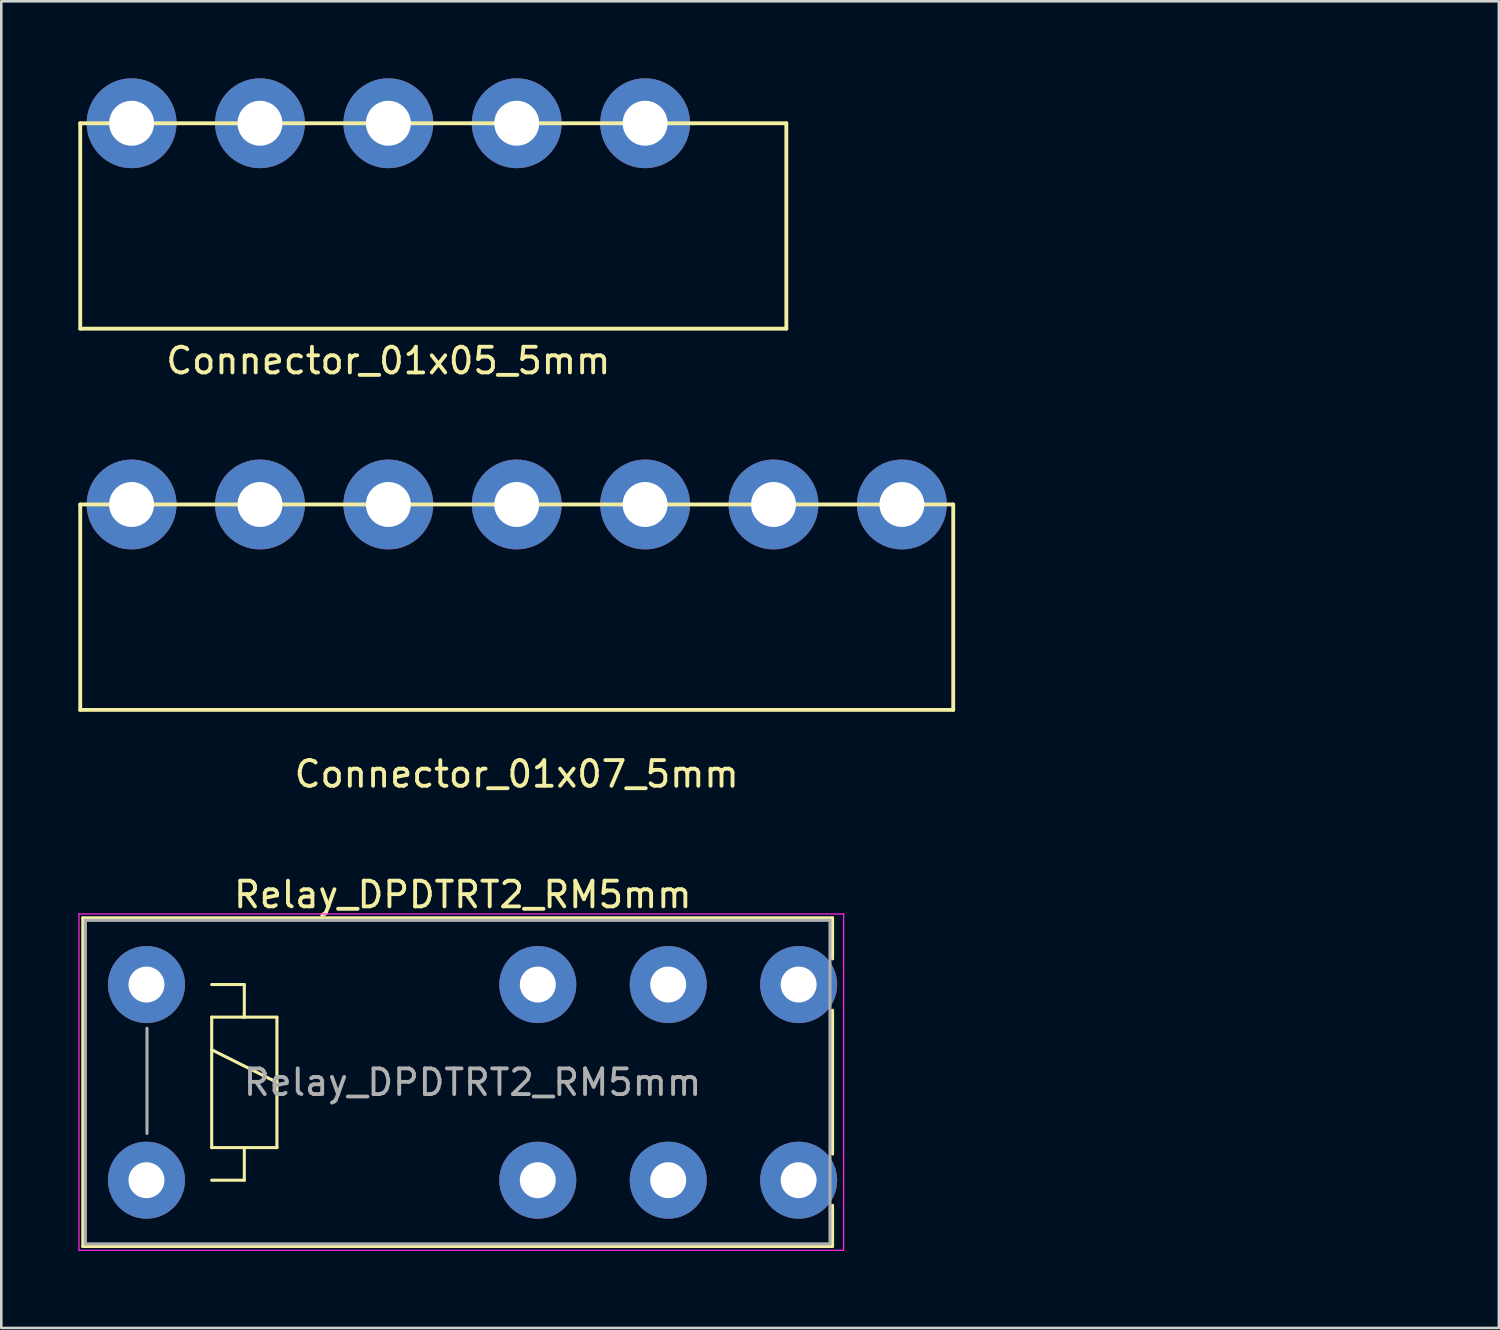
<source format=kicad_pcb>
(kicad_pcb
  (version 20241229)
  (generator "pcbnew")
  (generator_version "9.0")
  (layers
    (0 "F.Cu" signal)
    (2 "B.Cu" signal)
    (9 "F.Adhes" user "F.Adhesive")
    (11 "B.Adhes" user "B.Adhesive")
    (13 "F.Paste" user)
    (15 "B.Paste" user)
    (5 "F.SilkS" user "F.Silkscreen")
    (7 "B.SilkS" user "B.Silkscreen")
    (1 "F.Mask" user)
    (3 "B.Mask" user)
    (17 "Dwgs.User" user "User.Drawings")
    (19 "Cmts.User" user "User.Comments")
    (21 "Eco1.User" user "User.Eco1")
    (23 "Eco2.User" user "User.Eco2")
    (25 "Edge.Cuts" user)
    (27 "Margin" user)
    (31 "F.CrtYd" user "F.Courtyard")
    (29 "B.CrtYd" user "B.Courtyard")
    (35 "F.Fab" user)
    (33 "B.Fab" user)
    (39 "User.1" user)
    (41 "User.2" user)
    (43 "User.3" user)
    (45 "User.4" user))
  (footprint "Connector_01x05_5mm"
    (layer "F.Cu")
    (at 22.075 1.75)
    (property "Reference" "Connector_01x05_5mm" (at -10 9.25 0) (layer "F.SilkS") (effects (font (size 1 1) (thickness 0.15))))
    (attr through_hole)
    (fp_line (start -22 8) (end -22 0) (stroke (width 0.15) (type solid)) (layer "F.SilkS"))
    (fp_line (start -22 8) (end 5.5 8) (stroke (width 0.15) (type solid)) (layer "F.SilkS"))
    (fp_line (start 5.5 0) (end -22 0) (stroke (width 0.15) (type solid)) (layer "F.SilkS"))
    (fp_line (start 5.5 8) (end 5.5 0) (stroke (width 0.15) (type solid)) (layer "F.SilkS"))
    (pad "1" thru_hole circle (at 0 0 180) (size 3.5 3.5) (drill 1.75) (layers "B.Cu" "B.Mask"))
    (pad "2" thru_hole circle (at -5 0 180) (size 3.5 3.5) (drill 1.75) (layers "B.Cu" "B.Mask"))
    (pad "3" thru_hole circle (at -10 0 180) (size 3.5 3.5) (drill 1.75) (layers "B.Cu" "B.Mask"))
    (pad "4" thru_hole circle (at -15 0 180) (size 3.5 3.5) (drill 1.75) (layers "B.Cu" "B.Mask"))
    (pad "5" thru_hole circle (at -20 0 180) (size 3.5 3.5) (drill 1.75) (layers "B.Cu" "B.Mask")))
  (footprint "Connector_01x07_5mm"
    (layer "F.Cu")
    (at 52.075 16.598)
    (property "Reference" "Connector_01x07_5mm" (at -35 10.5 0) (layer "F.SilkS") (effects (font (size 1 1) (thickness 0.15))))
    (attr through_hole)
    (fp_line (start -52 8) (end -52 0) (stroke (width 0.15) (type solid)) (layer "F.SilkS"))
    (fp_line (start -52 8) (end -18 8) (stroke (width 0.15) (type solid)) (layer "F.SilkS"))
    (fp_line (start -18 0) (end -52 0) (stroke (width 0.15) (type solid)) (layer "F.SilkS"))
    (fp_line (start -18 8) (end -18 0) (stroke (width 0.15) (type solid)) (layer "F.SilkS"))
    (pad "1" thru_hole circle (at -20 0 180) (size 3.5 3.5) (drill 1.75) (layers "B.Cu" "B.Mask"))
    (pad "2" thru_hole circle (at -25 0 180) (size 3.5 3.5) (drill 1.75) (layers "B.Cu" "B.Mask"))
    (pad "3" thru_hole circle (at -30 0 180) (size 3.5 3.5) (drill 1.75) (layers "B.Cu" "B.Mask"))
    (pad "4" thru_hole circle (at -35 0 180) (size 3.5 3.5) (drill 1.75) (layers "B.Cu" "B.Mask"))
    (pad "5" thru_hole circle (at -40 0 180) (size 3.5 3.5) (drill 1.75) (layers "B.Cu" "B.Mask"))
    (pad "6" thru_hole circle (at -45 0 180) (size 3.5 3.5) (drill 1.75) (layers "B.Cu" "B.Mask"))
    (pad "7" thru_hole circle (at -50 0 180) (size 3.5 3.5) (drill 1.75) (layers "B.Cu" "B.Mask")))
  (footprint "Relay_DPDTRT2_RM5mm"
    (layer "F.Cu")
    (at 2.655 35.295)
    (property "Reference" "Relay_DPDTRT2_RM5mm" (at 12.32 -3.5 0) (layer "F.SilkS") (effects (font (size 1 1) (thickness 0.15))))
    (attr through_hole)
    (fp_line (start -2.48 -2.6) (end 26.72 -2.6) (stroke (width 0.12) (type solid)) (layer "F.SilkS"))
    (fp_line (start -2.48 10.2) (end -2.48 -2.6) (stroke (width 0.12) (type solid)) (layer "F.SilkS"))
    (fp_line (start 2.54 0) (end 3.81 0) (stroke (width 0.12) (type solid)) (layer "F.SilkS"))
    (fp_line (start 2.54 1.27) (end 3.81 1.27) (stroke (width 0.12) (type solid)) (layer "F.SilkS"))
    (fp_line (start 2.54 2.54) (end 5.08 3.81) (stroke (width 0.12) (type solid)) (layer "F.SilkS"))
    (fp_line (start 2.54 6.35) (end 2.54 1.27) (stroke (width 0.12) (type solid)) (layer "F.SilkS"))
    (fp_line (start 3.81 0) (end 3.81 1.27) (stroke (width 0.12) (type solid)) (layer "F.SilkS"))
    (fp_line (start 3.81 1.27) (end 5.08 1.27) (stroke (width 0.12) (type solid)) (layer "F.SilkS"))
    (fp_line (start 3.81 6.35) (end 3.81 7.62) (stroke (width 0.12) (type solid)) (layer "F.SilkS"))
    (fp_line (start 3.81 7.62) (end 2.54 7.62) (stroke (width 0.12) (type solid)) (layer "F.SilkS"))
    (fp_line (start 5.08 1.27) (end 5.08 6.35) (stroke (width 0.12) (type solid)) (layer "F.SilkS"))
    (fp_line (start 5.08 6.35) (end 2.54 6.35) (stroke (width 0.12) (type solid)) (layer "F.SilkS"))
    (fp_line (start 26.72 -2.6) (end 26.72 -1) (stroke (width 0.12) (type solid)) (layer "F.SilkS"))
    (fp_line (start 26.72 1) (end 26.72 6.6) (stroke (width 0.12) (type solid)) (layer "F.SilkS"))
    (fp_line (start 26.72 8.6) (end 26.72 10.2) (stroke (width 0.12) (type solid)) (layer "F.SilkS"))
    (fp_line (start 26.72 10.2) (end -2.48 10.2) (stroke (width 0.12) (type solid)) (layer "F.SilkS"))
    (fp_line (start -2.63 -2.75) (end -2.63 10.35) (stroke (width 0.05) (type solid)) (layer "F.CrtYd"))
    (fp_line (start -2.63 -2.75) (end 27.15 -2.75) (stroke (width 0.05) (type solid)) (layer "F.CrtYd"))
    (fp_line (start 27.15 10.35) (end -2.63 10.35) (stroke (width 0.05) (type solid)) (layer "F.CrtYd"))
    (fp_line (start 27.15 10.35) (end 27.15 -2.75) (stroke (width 0.05) (type solid)) (layer "F.CrtYd"))
    (fp_line (start -2.38 -2.5) (end -2.38 10.1) (stroke (width 0.12) (type solid)) (layer "F.Fab"))
    (fp_line (start -2.38 10.1) (end 26.62 10.1) (stroke (width 0.12) (type solid)) (layer "F.Fab"))
    (fp_line (start 0.02 1.7) (end 0.02 5.8) (stroke (width 0.12) (type solid)) (layer "F.Fab"))
    (fp_line (start 26.62 -2.5) (end -2.38 -2.5) (stroke (width 0.12) (type solid)) (layer "F.Fab"))
    (fp_line (start 26.62 10.1) (end 26.62 -2.5) (stroke (width 0.12) (type solid)) (layer "F.Fab"))
    (fp_text user "${REFERENCE}" (at 12.7 3.81 0) (layer "F.Fab") (effects (font (size 1 1) (thickness 0.15))))
    (pad "1" thru_hole circle (at 0 0) (size 3 3) (drill 1.4) (layers "*.Cu" "*.Mask"))
    (pad "2" thru_hole circle (at 15.24 0) (size 3 3) (drill 1.4) (layers "*.Cu" "*.Mask"))
    (pad "3" thru_hole circle (at 20.32 0) (size 3 3) (drill 1.4) (layers "*.Cu" "*.Mask"))
    (pad "4" thru_hole circle (at 25.4 0) (size 3 3) (drill 1.4) (layers "*.Cu" "*.Mask"))
    (pad "5" thru_hole circle (at 25.4 7.62) (size 3 3) (drill 1.4) (layers "*.Cu" "*.Mask"))
    (pad "6" thru_hole circle (at 20.32 7.62) (size 3 3) (drill 1.4) (layers "*.Cu" "*.Mask"))
    (pad "7" thru_hole circle (at 15.24 7.62) (size 3 3) (drill 1.4) (layers "*.Cu" "*.Mask"))
    (pad "8" thru_hole circle (at 0 7.62) (size 3 3) (drill 1.4) (layers "*.Cu" "*.Mask")))
  (gr_rect
    (start -3 -3)
    (end 55.325 48.67)
    (stroke (width 0.1) (type default))
    (fill no)
    (layer "Edge.Cuts")))
</source>
